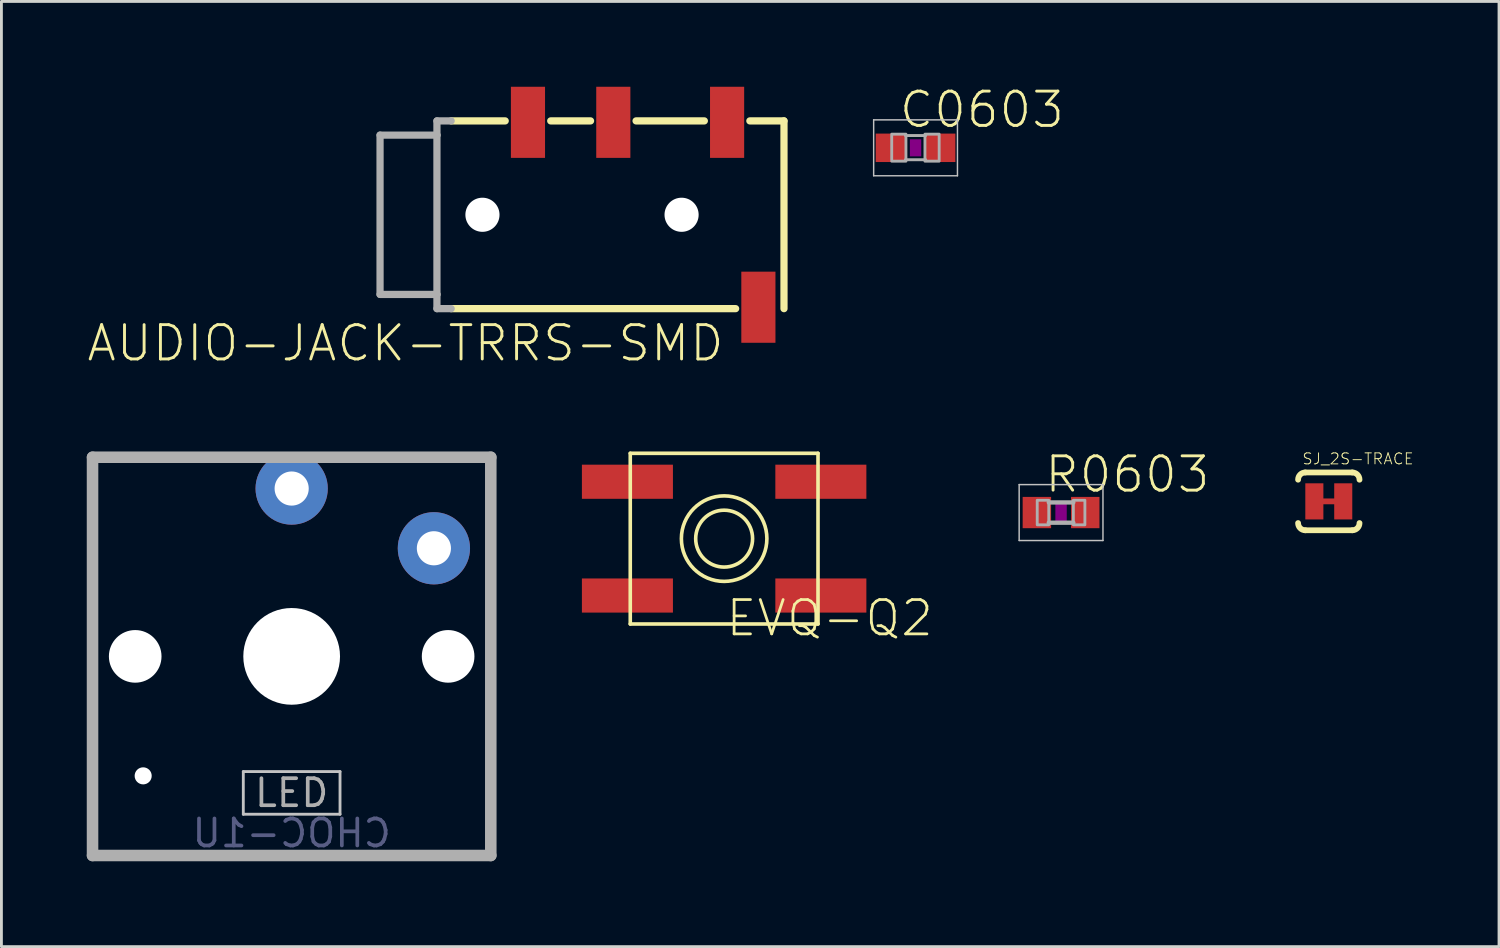
<source format=kicad_pcb>
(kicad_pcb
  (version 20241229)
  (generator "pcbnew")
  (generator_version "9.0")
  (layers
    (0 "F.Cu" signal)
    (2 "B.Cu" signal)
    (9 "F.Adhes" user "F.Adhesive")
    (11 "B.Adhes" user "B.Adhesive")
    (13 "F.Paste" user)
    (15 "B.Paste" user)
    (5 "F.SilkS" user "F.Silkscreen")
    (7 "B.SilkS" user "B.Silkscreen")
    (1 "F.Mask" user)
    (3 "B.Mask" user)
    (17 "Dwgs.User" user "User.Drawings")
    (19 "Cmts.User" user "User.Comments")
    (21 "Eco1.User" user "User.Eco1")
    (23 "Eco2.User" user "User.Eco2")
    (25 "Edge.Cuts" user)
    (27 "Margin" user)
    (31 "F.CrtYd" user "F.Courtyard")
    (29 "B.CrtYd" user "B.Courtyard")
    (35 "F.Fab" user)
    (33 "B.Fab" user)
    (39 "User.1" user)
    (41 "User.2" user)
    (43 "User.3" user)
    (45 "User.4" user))
  (footprint "CHOC-1U"
    (layer "F.Cu")
    (at 7.203 20.024)
    (property "Reference" "CHOC-1U" (at 0 6.215 0) (layer "B.Fab") (effects (font (size 0.95 0.95) (thickness 0.13)) (justify mirror)))
    (attr through_hole)
    (fp_line (start -1.7 4.05) (end 1.7 4.05) (stroke (width 0.1) (type solid)) (layer "Dwgs.User"))
    (fp_line (start -1.7 5.55) (end -1.7 4.05) (stroke (width 0.1) (type solid)) (layer "Dwgs.User"))
    (fp_line (start 1.7 4.05) (end 1.7 5.55) (stroke (width 0.1) (type solid)) (layer "Dwgs.User"))
    (fp_line (start 1.7 5.55) (end -1.7 5.55) (stroke (width 0.1) (type solid)) (layer "Dwgs.User"))
    (fp_line (start -7 -7) (end 7 -7) (stroke (width 0.406) (type solid)) (layer "F.Fab"))
    (fp_line (start -7 7) (end -7 -7) (stroke (width 0.406) (type solid)) (layer "F.Fab"))
    (fp_line (start 7 -7) (end 7 7) (stroke (width 0.406) (type solid)) (layer "F.Fab"))
    (fp_line (start 7 7) (end -7 7) (stroke (width 0.406) (type solid)) (layer "F.Fab"))
    (fp_text user "LED" (at 0 4.8 0) (layer "F.Fab") (effects (font (size 0.95 0.95) (thickness 0.13))))
    (pad "" np_thru_hole circle (at -5.5 0) (size 1.85 1.85) (drill 1.85) (layers "*.Cu" "*.Mask"))
    (pad "" np_thru_hole circle (at -5.22 4.2) (size 0.6 0.6) (drill 0.6) (layers "*.Cu" "*.Mask"))
    (pad "" np_thru_hole circle (at 0 0) (size 3.4 3.4) (drill 3.4) (layers "*.Cu" "*.Mask"))
    (pad "" np_thru_hole circle (at 5.5 0) (size 1.85 1.85) (drill 1.85) (layers "*.Cu" "*.Mask"))
    (pad "CHOC1" thru_hole circle (at 0 -5.9) (size 2.54 2.54) (drill 1.2) (layers "*.Cu" "*.Mask"))
    (pad "CHOC2" thru_hole circle (at 5 -3.8) (size 2.54 2.54) (drill 1.2) (layers "*.Cu" "*.Mask")))
  (footprint "EVQ-Q2"
    (layer "F.Cu")
    (at 22.406 15.885)
    (property "Reference" "EVQ-Q2" (at 0 3.5 0) (layer "F.SilkS") (effects (font (size 1.206 1.206) (thickness 0.097)) (justify left bottom)))
    (attr through_hole)
    (fp_line (start -3.3 -3) (end 3.3 -3) (stroke (width 0.127) (type solid)) (layer "F.SilkS"))
    (fp_line (start -3.3 3) (end -3.3 -3) (stroke (width 0.127) (type solid)) (layer "F.SilkS"))
    (fp_line (start 3.3 -3) (end 3.3 3) (stroke (width 0.127) (type solid)) (layer "F.SilkS"))
    (fp_line (start 3.3 3) (end -3.3 3) (stroke (width 0.127) (type solid)) (layer "F.SilkS"))
    (fp_circle (center 0 0) (end 1 0) (stroke (width 0.127) (type solid)) (fill no) (layer "F.SilkS"))
    (fp_circle (center 0 0) (end 1.503 0) (stroke (width 0.127) (type solid)) (fill no) (layer "F.SilkS"))
    (pad "A" smd rect (at -3.4 2) (size 3.2 1.2) (layers "F.Cu" "F.Mask" "F.Paste"))
    (pad "A'" smd rect (at 3.4 2) (size 3.2 1.2) (layers "F.Cu" "F.Mask" "F.Paste"))
    (pad "B" smd rect (at -3.4 -2) (size 3.2 1.2) (layers "F.Cu" "F.Mask" "F.Paste"))
    (pad "B'" smd rect (at 3.4 -2) (size 3.2 1.2) (layers "F.Cu" "F.Mask" "F.Paste")))
  (footprint "SJ_2S-TRACE"
    (layer "F.Cu")
    (at 43.662 14.575)
    (property "Reference" "SJ_2S-TRACE" (at -0.953 -1.27 0) (layer "F.SilkS") (effects (font (size 0.386 0.386) (thickness 0.033)) (justify left bottom)))
    (attr through_hole)
    (fp_line (start -0.381 0) (end 0.381 0) (stroke (width 0.203) (type solid)) (layer "F.Cu"))
    (fp_line (start -0.826 -1.016) (end 0.826 -1.016) (stroke (width 0.203) (type solid)) (layer "F.SilkS"))
    (fp_line (start 0.826 1.016) (end -0.826 1.016) (stroke (width 0.203) (type solid)) (layer "F.SilkS"))
    (fp_arc (start -1.0795 -0.762) (mid -1.005105 -0.941605) (end -0.8255 -1.016) (stroke (width 0.2032) (type solid)) (layer "F.SilkS"))
    (fp_arc (start -0.8255 1.016) (mid -1.005105 0.941605) (end -1.0795 0.762) (stroke (width 0.2032) (type solid)) (layer "F.SilkS"))
    (fp_arc (start 0.8255 -1.016) (mid 1.005105 -0.941605) (end 1.0795 -0.762) (stroke (width 0.2032) (type solid)) (layer "F.SilkS"))
    (fp_arc (start 1.0795 0.762) (mid 1.005105 0.941605) (end 0.8255 1.016) (stroke (width 0.2032) (type solid)) (layer "F.SilkS"))
    (pad "1" smd rect (at -0.508 0) (size 0.635 1.27) (layers "F.Cu" "F.Mask"))
    (pad "2" smd rect (at 0.508 0) (size 0.635 1.27) (layers "F.Cu" "F.Mask")))
  (footprint "C0603"
    (layer "F.Cu")
    (at 29.135 2.146)
    (property "Reference" "C0603" (at -0.635 -0.635 0) (layer "F.SilkS") (effects (font (size 1.206 1.206) (thickness 0.102)) (justify left bottom)))
    (attr through_hole)
    (fp_poly (pts (xy -0.2 0.3) (xy 0.2 0.3) (xy 0.2 -0.3) (xy -0.2 -0.3)) (stroke (width 0) (type solid)) (fill yes) (layer "F.Adhes"))
    (fp_line (start -1.473 -0.983) (end 1.473 -0.983) (stroke (width 0.051) (type solid)) (layer "Dwgs.User"))
    (fp_line (start -1.473 0.983) (end -1.473 -0.983) (stroke (width 0.051) (type solid)) (layer "Dwgs.User"))
    (fp_line (start 1.473 -0.983) (end 1.473 0.983) (stroke (width 0.051) (type solid)) (layer "Dwgs.User"))
    (fp_line (start 1.473 0.983) (end -1.473 0.983) (stroke (width 0.051) (type solid)) (layer "Dwgs.User"))
    (fp_line (start -0.356 -0.432) (end 0.356 -0.432) (stroke (width 0.102) (type solid)) (layer "F.Fab"))
    (fp_line (start -0.356 0.419) (end 0.356 0.419) (stroke (width 0.102) (type solid)) (layer "F.Fab"))
    (fp_poly (pts (xy -0.838 0.47) (xy -0.338 0.47) (xy -0.338 -0.48) (xy -0.838 -0.48)) (stroke (width 0.1) (type solid)) (fill no) (layer "F.Fab"))
    (fp_poly (pts (xy 0.33 0.47) (xy 0.83 0.47) (xy 0.83 -0.48) (xy 0.33 -0.48)) (stroke (width 0.1) (type solid)) (fill no) (layer "F.Fab"))
    (pad "1" smd rect (at -0.85 0) (size 1.1 1) (layers "F.Cu" "F.Mask" "F.Paste"))
    (pad "2" smd rect (at 0.85 0) (size 1.1 1) (layers "F.Cu" "F.Mask" "F.Paste")))
  (footprint "R0603"
    (layer "F.Cu")
    (at 34.25 14.968)
    (property "Reference" "R0603" (at -0.635 -0.635 0) (layer "F.SilkS") (effects (font (size 1.206 1.206) (thickness 0.102)) (justify left bottom)))
    (attr through_hole)
    (fp_poly (pts (xy -0.2 0.4) (xy 0.2 0.4) (xy 0.2 -0.4) (xy -0.2 -0.4)) (stroke (width 0) (type solid)) (fill yes) (layer "F.Adhes"))
    (fp_line (start -1.473 -0.983) (end 1.473 -0.983) (stroke (width 0.051) (type solid)) (layer "Dwgs.User"))
    (fp_line (start -1.473 0.983) (end -1.473 -0.983) (stroke (width 0.051) (type solid)) (layer "Dwgs.User"))
    (fp_line (start 1.473 -0.983) (end 1.473 0.983) (stroke (width 0.051) (type solid)) (layer "Dwgs.User"))
    (fp_line (start 1.473 0.983) (end -1.473 0.983) (stroke (width 0.051) (type solid)) (layer "Dwgs.User"))
    (fp_line (start -0.432 0.356) (end 0.432 0.356) (stroke (width 0.152) (type solid)) (layer "F.Fab"))
    (fp_line (start 0.432 -0.356) (end -0.432 -0.356) (stroke (width 0.152) (type solid)) (layer "F.Fab"))
    (fp_poly (pts (xy -0.838 0.432) (xy -0.432 0.432) (xy -0.432 -0.432) (xy -0.838 -0.432)) (stroke (width 0.1) (type solid)) (fill no) (layer "F.Fab"))
    (fp_poly (pts (xy 0.432 0.432) (xy 0.838 0.432) (xy 0.838 -0.432) (xy 0.432 -0.432)) (stroke (width 0.1) (type solid)) (fill no) (layer "F.Fab"))
    (pad "1" smd rect (at -0.85 0) (size 1 1.1) (layers "F.Cu" "F.Mask" "F.Paste"))
    (pad "2" smd rect (at 0.85 0) (size 1 1.1) (layers "F.Cu" "F.Mask" "F.Paste")))
  (footprint "AUDIO-JACK-TRRS-SMD"
    (layer "F.Cu")
    (at 12.31 4.5)
    (property "Reference" "AUDIO-JACK-TRRS-SMD" (at 10.16 3.81 0) (layer "F.SilkS") (effects (font (size 1.206 1.206) (thickness 0.102)) (justify right top)))
    (attr through_hole)
    (fp_line (start 0.5 -3.3) (end 2.4 -3.3) (stroke (width 0.254) (type solid)) (layer "F.SilkS"))
    (fp_line (start 0.5 3.3) (end 10.5 3.3) (stroke (width 0.254) (type solid)) (layer "F.SilkS"))
    (fp_line (start 4 -3.3) (end 5.4 -3.3) (stroke (width 0.254) (type solid)) (layer "F.SilkS"))
    (fp_line (start 7 -3.3) (end 9.4 -3.3) (stroke (width 0.254) (type solid)) (layer "F.SilkS"))
    (fp_line (start 12.2 -3.3) (end 11 -3.3) (stroke (width 0.254) (type solid)) (layer "F.SilkS"))
    (fp_line (start 12.2 -3.3) (end 12.2 3.3) (stroke (width 0.254) (type solid)) (layer "F.SilkS"))
    (fp_line (start -2 -2.8) (end -2 2.8) (stroke (width 0.254) (type solid)) (layer "F.Fab"))
    (fp_line (start -2 2.8) (end 0 2.8) (stroke (width 0.254) (type solid)) (layer "F.Fab"))
    (fp_line (start 0 -3.3) (end 0 -2.8) (stroke (width 0.254) (type solid)) (layer "F.Fab"))
    (fp_line (start 0 -2.8) (end -2 -2.8) (stroke (width 0.254) (type solid)) (layer "F.Fab"))
    (fp_line (start 0 -2.8) (end 0 2.8) (stroke (width 0.254) (type solid)) (layer "F.Fab"))
    (fp_line (start 0 2.8) (end 0 3.3) (stroke (width 0.254) (type solid)) (layer "F.Fab"))
    (fp_line (start 0 3.3) (end 0.5 3.3) (stroke (width 0.254) (type solid)) (layer "F.Fab"))
    (fp_line (start 0.5 -3.3) (end 0 -3.3) (stroke (width 0.254) (type solid)) (layer "F.Fab"))
    (pad "" np_thru_hole circle (at 1.6 0) (size 1.2 1.2) (drill 1.2) (layers "*.Cu" "*.Mask"))
    (pad "" np_thru_hole circle (at 8.6 0) (size 1.2 1.2) (drill 1.2) (layers "*.Cu" "*.Mask"))
    (pad "EARTH" smd rect (at 11.3 3.25) (size 1.2 2.5) (layers "F.Cu" "F.Mask" "F.Paste"))
    (pad "RING1" smd rect (at 6.2 -3.25) (size 1.2 2.5) (layers "F.Cu" "F.Mask" "F.Paste"))
    (pad "RING2" smd rect (at 3.2 -3.25 180) (size 1.2 2.5) (layers "F.Cu" "F.Mask" "F.Paste"))
    (pad "TIP" smd rect (at 10.2 -3.25) (size 1.2 2.5) (layers "F.Cu" "F.Mask" "F.Paste")))
  (gr_rect
    (start -3 -3)
    (end 49.646 30.228)
    (stroke (width 0.1) (type default))
    (fill no)
    (layer "Edge.Cuts")))
</source>
